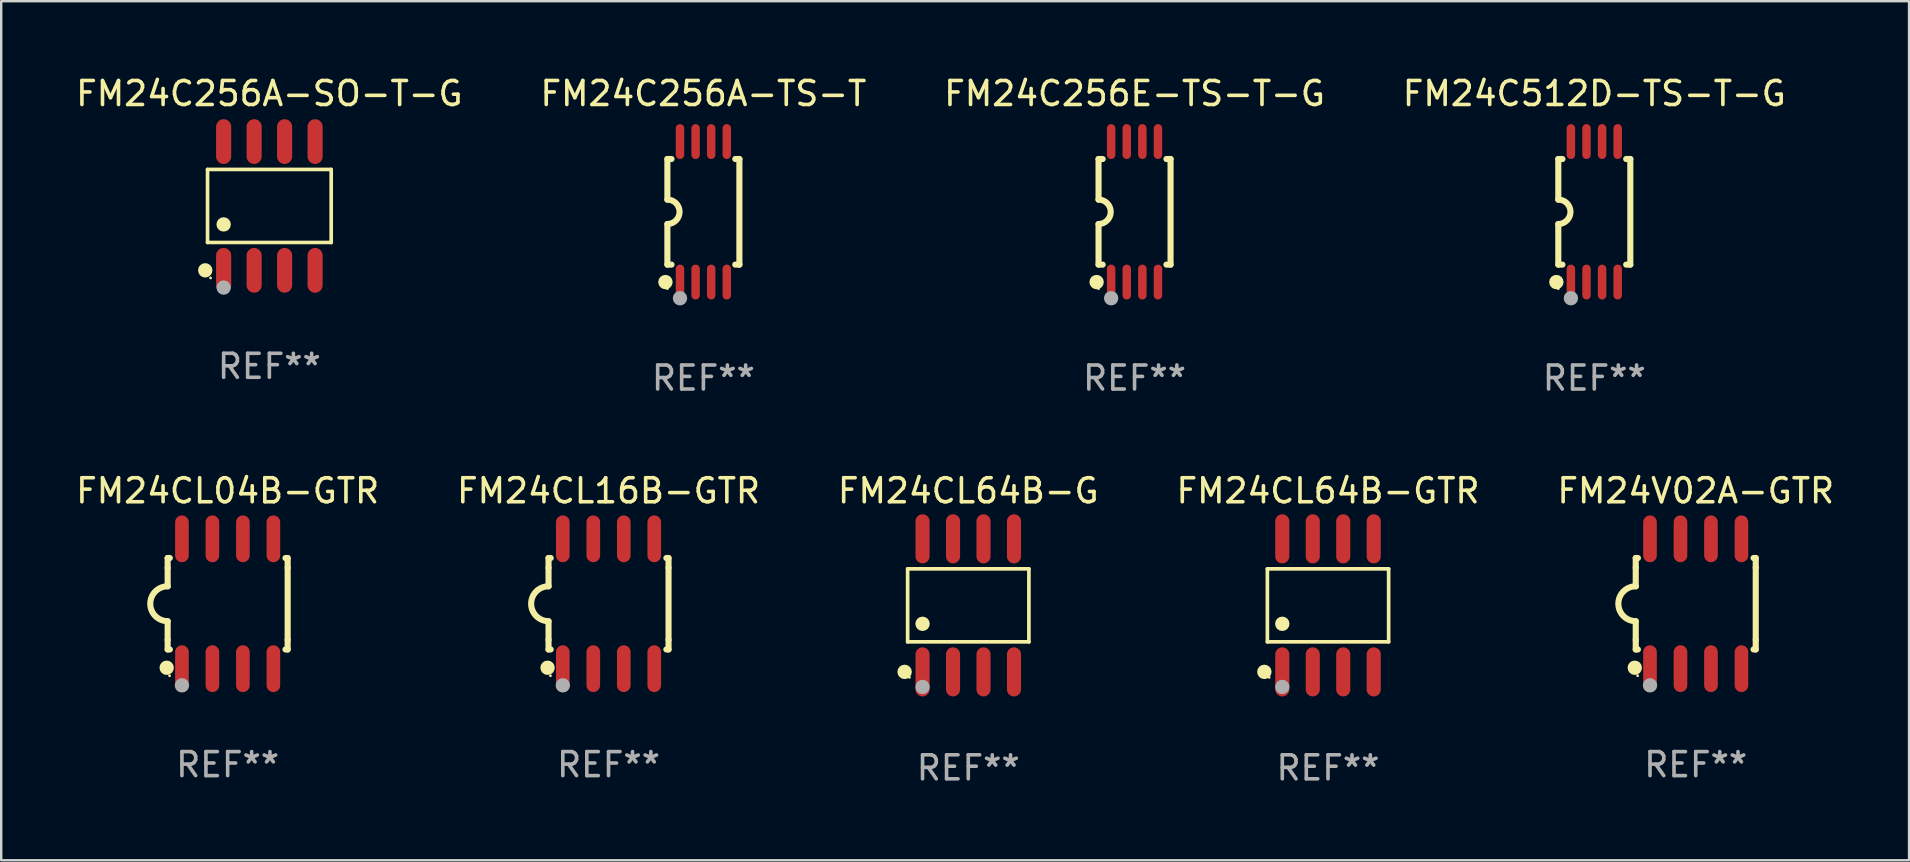
<source format=kicad_pcb>
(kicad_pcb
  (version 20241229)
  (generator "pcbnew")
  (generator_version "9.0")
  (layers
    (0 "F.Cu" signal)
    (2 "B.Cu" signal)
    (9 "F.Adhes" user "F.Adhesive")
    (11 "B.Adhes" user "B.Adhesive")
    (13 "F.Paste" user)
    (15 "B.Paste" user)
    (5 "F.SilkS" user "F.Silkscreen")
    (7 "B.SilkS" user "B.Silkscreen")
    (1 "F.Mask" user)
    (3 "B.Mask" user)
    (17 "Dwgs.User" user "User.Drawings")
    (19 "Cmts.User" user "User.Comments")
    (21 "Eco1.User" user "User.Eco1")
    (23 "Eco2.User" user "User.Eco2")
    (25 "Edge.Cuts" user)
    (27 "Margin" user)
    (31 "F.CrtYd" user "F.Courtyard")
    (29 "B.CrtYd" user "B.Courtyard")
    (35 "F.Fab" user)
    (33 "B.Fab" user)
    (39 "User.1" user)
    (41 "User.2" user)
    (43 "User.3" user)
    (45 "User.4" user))
  (footprint "FM24C512D-TS-T-G"
    (layer "F.Cu")
    (at 63.375 5.775)
    (property "Reference" "FM24C512D-TS-T-G" (at 0 -4.927 0) (layer "F.SilkS") (effects (font (size 1 1) (thickness 0.15))))
    (attr through_hole)
    (fp_line (start -1.5 -2.2) (end -1.5 -0.508) (stroke (width 0.254) (type solid)) (layer "F.SilkS"))
    (fp_line (start -1.5 -2.2) (end -1.328 -2.2) (stroke (width 0.254) (type solid)) (layer "F.SilkS"))
    (fp_line (start -1.5 2.2) (end -1.5 0.508) (stroke (width 0.254) (type solid)) (layer "F.SilkS"))
    (fp_line (start -1.5 2.2) (end -1.328 2.2) (stroke (width 0.254) (type solid)) (layer "F.SilkS"))
    (fp_line (start 1.328 -2.2) (end 1.5 -2.2) (stroke (width 0.254) (type solid)) (layer "F.SilkS"))
    (fp_line (start 1.328 2.2) (end 1.5 2.2) (stroke (width 0.254) (type solid)) (layer "F.SilkS"))
    (fp_line (start 1.5 -2.2) (end 1.5 2.2) (stroke (width 0.254) (type solid)) (layer "F.SilkS"))
    (fp_arc (start -1.501144 -0.508) (mid -0.993143 -0.000571) (end -1.5 0.508001) (stroke (width 0.254001) (type solid)) (layer "F.SilkS"))
    (fp_circle (center -1.581 2.927) (end -1.431 2.927) (stroke (width 0.3) (type solid)) (fill no) (layer "F.SilkS"))
    (fp_circle (center -1.5 3.2) (end -1.47 3.2) (stroke (width 0.06) (type solid)) (fill no) (layer "F.SilkS"))
    (fp_circle (center -0.975 3.6) (end -0.825 3.6) (stroke (width 0.3) (type solid)) (fill no) (layer "F.Fab"))
    (fp_text user "REF**" (at 0 6.927 0) (layer "F.Fab") (effects (font (size 1 1) (thickness 0.15))))
    (pad "1" smd oval (at -0.975 2.927) (size 0.353 1.454) (layers "F.Cu" "F.Mask" "F.Paste"))
    (pad "2" smd oval (at -0.325 2.927) (size 0.353 1.454) (layers "F.Cu" "F.Mask" "F.Paste"))
    (pad "3" smd oval (at 0.325 2.927) (size 0.353 1.454) (layers "F.Cu" "F.Mask" "F.Paste"))
    (pad "4" smd oval (at 0.975 2.927) (size 0.353 1.454) (layers "F.Cu" "F.Mask" "F.Paste"))
    (pad "5" smd oval (at 0.975 -2.927) (size 0.353 1.454) (layers "F.Cu" "F.Mask" "F.Paste"))
    (pad "6" smd oval (at 0.325 -2.927) (size 0.353 1.454) (layers "F.Cu" "F.Mask" "F.Paste"))
    (pad "7" smd oval (at -0.325 -2.927) (size 0.353 1.454) (layers "F.Cu" "F.Mask" "F.Paste"))
    (pad "8" smd oval (at -0.975 -2.927) (size 0.353 1.454) (layers "F.Cu" "F.Mask" "F.Paste")))
  (footprint "FM24CL64B-GTR"
    (layer "F.Cu")
    (at 52.28 22.171)
    (property "Reference" "FM24CL64B-GTR" (at 0 -4.772 0) (layer "F.SilkS") (effects (font (size 1 1) (thickness 0.15))))
    (attr through_hole)
    (fp_line (start -2.526 -1.521) (end 2.526 -1.521) (stroke (width 0.152) (type solid)) (layer "F.SilkS"))
    (fp_line (start -2.526 1.521) (end -2.526 -1.521) (stroke (width 0.152) (type solid)) (layer "F.SilkS"))
    (fp_line (start 2.526 -1.521) (end 2.526 1.521) (stroke (width 0.152) (type solid)) (layer "F.SilkS"))
    (fp_line (start 2.526 1.521) (end -2.526 1.521) (stroke (width 0.152) (type solid)) (layer "F.SilkS"))
    (fp_circle (center -2.652 2.772) (end -2.501 2.772) (stroke (width 0.3) (type solid)) (fill no) (layer "F.SilkS"))
    (fp_circle (center -2.45 3) (end -2.42 3) (stroke (width 0.06) (type solid)) (fill no) (layer "F.SilkS"))
    (fp_circle (center -1.905 0.769) (end -1.755 0.769) (stroke (width 0.3) (type solid)) (fill no) (layer "F.SilkS"))
    (fp_circle (center -1.905 3.4) (end -1.755 3.4) (stroke (width 0.3) (type solid)) (fill no) (layer "F.Fab"))
    (fp_text user "REF**" (at 0 6.772 0) (layer "F.Fab") (effects (font (size 1 1) (thickness 0.15))))
    (pad "1" smd oval (at -1.905 2.772) (size 0.588 2.045) (layers "F.Cu" "F.Mask" "F.Paste"))
    (pad "2" smd oval (at -0.635 2.772) (size 0.588 2.045) (layers "F.Cu" "F.Mask" "F.Paste"))
    (pad "3" smd oval (at 0.635 2.772) (size 0.588 2.045) (layers "F.Cu" "F.Mask" "F.Paste"))
    (pad "4" smd oval (at 1.905 2.772) (size 0.588 2.045) (layers "F.Cu" "F.Mask" "F.Paste"))
    (pad "5" smd oval (at 1.905 -2.772) (size 0.588 2.045) (layers "F.Cu" "F.Mask" "F.Paste"))
    (pad "6" smd oval (at 0.635 -2.772) (size 0.588 2.045) (layers "F.Cu" "F.Mask" "F.Paste"))
    (pad "7" smd oval (at -0.635 -2.772) (size 0.588 2.045) (layers "F.Cu" "F.Mask" "F.Paste"))
    (pad "8" smd oval (at -1.905 -2.772) (size 0.588 2.045) (layers "F.Cu" "F.Mask" "F.Paste")))
  (footprint "FM24CL64B-G"
    (layer "F.Cu")
    (at 37.292 22.171)
    (property "Reference" "FM24CL64B-G" (at 0 -4.772 0) (layer "F.SilkS") (effects (font (size 1 1) (thickness 0.15))))
    (attr through_hole)
    (fp_line (start -2.526 -1.521) (end 2.526 -1.521) (stroke (width 0.152) (type solid)) (layer "F.SilkS"))
    (fp_line (start -2.526 1.521) (end -2.526 -1.521) (stroke (width 0.152) (type solid)) (layer "F.SilkS"))
    (fp_line (start 2.526 -1.521) (end 2.526 1.521) (stroke (width 0.152) (type solid)) (layer "F.SilkS"))
    (fp_line (start 2.526 1.521) (end -2.526 1.521) (stroke (width 0.152) (type solid)) (layer "F.SilkS"))
    (fp_circle (center -2.652 2.772) (end -2.501 2.772) (stroke (width 0.3) (type solid)) (fill no) (layer "F.SilkS"))
    (fp_circle (center -2.45 3) (end -2.42 3) (stroke (width 0.06) (type solid)) (fill no) (layer "F.SilkS"))
    (fp_circle (center -1.905 0.769) (end -1.755 0.769) (stroke (width 0.3) (type solid)) (fill no) (layer "F.SilkS"))
    (fp_circle (center -1.905 3.4) (end -1.755 3.4) (stroke (width 0.3) (type solid)) (fill no) (layer "F.Fab"))
    (fp_text user "REF**" (at 0 6.772 0) (layer "F.Fab") (effects (font (size 1 1) (thickness 0.15))))
    (pad "1" smd oval (at -1.905 2.772) (size 0.588 2.045) (layers "F.Cu" "F.Mask" "F.Paste"))
    (pad "2" smd oval (at -0.635 2.772) (size 0.588 2.045) (layers "F.Cu" "F.Mask" "F.Paste"))
    (pad "3" smd oval (at 0.635 2.772) (size 0.588 2.045) (layers "F.Cu" "F.Mask" "F.Paste"))
    (pad "4" smd oval (at 1.905 2.772) (size 0.588 2.045) (layers "F.Cu" "F.Mask" "F.Paste"))
    (pad "5" smd oval (at 1.905 -2.772) (size 0.588 2.045) (layers "F.Cu" "F.Mask" "F.Paste"))
    (pad "6" smd oval (at 0.635 -2.772) (size 0.588 2.045) (layers "F.Cu" "F.Mask" "F.Paste"))
    (pad "7" smd oval (at -0.635 -2.772) (size 0.588 2.045) (layers "F.Cu" "F.Mask" "F.Paste"))
    (pad "8" smd oval (at -1.905 -2.772) (size 0.588 2.045) (layers "F.Cu" "F.Mask" "F.Paste")))
  (footprint "FM24CL04B-GTR"
    (layer "F.Cu")
    (at 6.435 22.104)
    (property "Reference" "FM24CL04B-GTR" (at 0 -4.705 0) (layer "F.SilkS") (effects (font (size 1 1) (thickness 0.15))))
    (attr through_hole)
    (fp_line (start -2.5 -1.905) (end -2.409 -1.905) (stroke (width 0.254) (type solid)) (layer "F.SilkS"))
    (fp_line (start -2.5 -1.5) (end -2.5 -1.905) (stroke (width 0.254) (type solid)) (layer "F.SilkS"))
    (fp_line (start -2.5 -1.5) (end -2.5 -0.726) (stroke (width 0.254) (type solid)) (layer "F.SilkS"))
    (fp_line (start -2.5 1.5) (end -2.5 0.727) (stroke (width 0.254) (type solid)) (layer "F.SilkS"))
    (fp_line (start -2.5 1.5) (end -2.5 1.905) (stroke (width 0.254) (type solid)) (layer "F.SilkS"))
    (fp_line (start -2.5 1.905) (end -2.409 1.905) (stroke (width 0.254) (type solid)) (layer "F.SilkS"))
    (fp_line (start 2.5 -1.905) (end 2.409 -1.905) (stroke (width 0.254) (type solid)) (layer "F.SilkS"))
    (fp_line (start 2.5 -1.5) (end 2.5 -1.905) (stroke (width 0.254) (type solid)) (layer "F.SilkS"))
    (fp_line (start 2.5 -1.5) (end 2.5 1.5) (stroke (width 0.254) (type solid)) (layer "F.SilkS"))
    (fp_line (start 2.5 1.5) (end 2.5 1.905) (stroke (width 0.254) (type solid)) (layer "F.SilkS"))
    (fp_line (start 2.5 1.905) (end 2.409 1.905) (stroke (width 0.254) (type solid)) (layer "F.SilkS"))
    (fp_arc (start -2.5 0.726568) (mid -3.220316 -0.0023) (end -2.495097 -0.726289) (stroke (width 0.254001) (type solid)) (layer "F.SilkS"))
    (fp_circle (center -2.54 2.667) (end -2.39 2.667) (stroke (width 0.3) (type solid)) (fill no) (layer "F.SilkS"))
    (fp_circle (center -2.42 3) (end -2.39 3) (stroke (width 0.06) (type solid)) (fill no) (layer "F.SilkS"))
    (fp_circle (center -1.905 3.4) (end -1.755 3.4) (stroke (width 0.3) (type solid)) (fill no) (layer "F.Fab"))
    (fp_text user "REF**" (at 0 6.705 0) (layer "F.Fab") (effects (font (size 1 1) (thickness 0.15))))
    (pad "1" smd oval (at -1.905 2.705) (size 0.568 1.95) (layers "F.Cu" "F.Mask" "F.Paste"))
    (pad "2" smd oval (at -0.635 2.705) (size 0.568 1.95) (layers "F.Cu" "F.Mask" "F.Paste"))
    (pad "3" smd oval (at 0.635 2.705) (size 0.568 1.95) (layers "F.Cu" "F.Mask" "F.Paste"))
    (pad "4" smd oval (at 1.905 2.705) (size 0.568 1.95) (layers "F.Cu" "F.Mask" "F.Paste"))
    (pad "5" smd oval (at 1.905 -2.705) (size 0.568 1.95) (layers "F.Cu" "F.Mask" "F.Paste"))
    (pad "6" smd oval (at 0.635 -2.705) (size 0.568 1.95) (layers "F.Cu" "F.Mask" "F.Paste"))
    (pad "7" smd oval (at -0.635 -2.705) (size 0.568 1.95) (layers "F.Cu" "F.Mask" "F.Paste"))
    (pad "8" smd oval (at -1.905 -2.705) (size 0.568 1.95) (layers "F.Cu" "F.Mask" "F.Paste")))
  (footprint "FM24C256A-TS-T"
    (layer "F.Cu")
    (at 26.256 5.775)
    (property "Reference" "FM24C256A-TS-T" (at 0 -4.927 0) (layer "F.SilkS") (effects (font (size 1 1) (thickness 0.15))))
    (attr through_hole)
    (fp_line (start -1.5 -2.2) (end -1.5 -0.508) (stroke (width 0.254) (type solid)) (layer "F.SilkS"))
    (fp_line (start -1.5 -2.2) (end -1.328 -2.2) (stroke (width 0.254) (type solid)) (layer "F.SilkS"))
    (fp_line (start -1.5 2.2) (end -1.5 0.508) (stroke (width 0.254) (type solid)) (layer "F.SilkS"))
    (fp_line (start -1.5 2.2) (end -1.328 2.2) (stroke (width 0.254) (type solid)) (layer "F.SilkS"))
    (fp_line (start 1.328 -2.2) (end 1.5 -2.2) (stroke (width 0.254) (type solid)) (layer "F.SilkS"))
    (fp_line (start 1.328 2.2) (end 1.5 2.2) (stroke (width 0.254) (type solid)) (layer "F.SilkS"))
    (fp_line (start 1.5 -2.2) (end 1.5 2.2) (stroke (width 0.254) (type solid)) (layer "F.SilkS"))
    (fp_arc (start -1.501144 -0.508) (mid -0.993143 -0.000571) (end -1.5 0.508001) (stroke (width 0.254001) (type solid)) (layer "F.SilkS"))
    (fp_circle (center -1.581 2.927) (end -1.431 2.927) (stroke (width 0.3) (type solid)) (fill no) (layer "F.SilkS"))
    (fp_circle (center -1.5 3.2) (end -1.47 3.2) (stroke (width 0.06) (type solid)) (fill no) (layer "F.SilkS"))
    (fp_circle (center -0.975 3.6) (end -0.825 3.6) (stroke (width 0.3) (type solid)) (fill no) (layer "F.Fab"))
    (fp_text user "REF**" (at 0 6.927 0) (layer "F.Fab") (effects (font (size 1 1) (thickness 0.15))))
    (pad "1" smd oval (at -0.975 2.927) (size 0.353 1.454) (layers "F.Cu" "F.Mask" "F.Paste"))
    (pad "2" smd oval (at -0.325 2.927) (size 0.353 1.454) (layers "F.Cu" "F.Mask" "F.Paste"))
    (pad "3" smd oval (at 0.325 2.927) (size 0.353 1.454) (layers "F.Cu" "F.Mask" "F.Paste"))
    (pad "4" smd oval (at 0.975 2.927) (size 0.353 1.454) (layers "F.Cu" "F.Mask" "F.Paste"))
    (pad "5" smd oval (at 0.975 -2.927) (size 0.353 1.454) (layers "F.Cu" "F.Mask" "F.Paste"))
    (pad "6" smd oval (at 0.325 -2.927) (size 0.353 1.454) (layers "F.Cu" "F.Mask" "F.Paste"))
    (pad "7" smd oval (at -0.325 -2.927) (size 0.353 1.454) (layers "F.Cu" "F.Mask" "F.Paste"))
    (pad "8" smd oval (at -0.975 -2.927) (size 0.353 1.454) (layers "F.Cu" "F.Mask" "F.Paste")))
  (footprint "FM24C256E-TS-T-G"
    (layer "F.Cu")
    (at 44.22 5.775)
    (property "Reference" "FM24C256E-TS-T-G" (at 0 -4.927 0) (layer "F.SilkS") (effects (font (size 1 1) (thickness 0.15))))
    (attr through_hole)
    (fp_line (start -1.5 -2.2) (end -1.5 -0.508) (stroke (width 0.254) (type solid)) (layer "F.SilkS"))
    (fp_line (start -1.5 -2.2) (end -1.328 -2.2) (stroke (width 0.254) (type solid)) (layer "F.SilkS"))
    (fp_line (start -1.5 2.2) (end -1.5 0.508) (stroke (width 0.254) (type solid)) (layer "F.SilkS"))
    (fp_line (start -1.5 2.2) (end -1.328 2.2) (stroke (width 0.254) (type solid)) (layer "F.SilkS"))
    (fp_line (start 1.328 -2.2) (end 1.5 -2.2) (stroke (width 0.254) (type solid)) (layer "F.SilkS"))
    (fp_line (start 1.328 2.2) (end 1.5 2.2) (stroke (width 0.254) (type solid)) (layer "F.SilkS"))
    (fp_line (start 1.5 -2.2) (end 1.5 2.2) (stroke (width 0.254) (type solid)) (layer "F.SilkS"))
    (fp_arc (start -1.501144 -0.508) (mid -0.993143 -0.000571) (end -1.5 0.508001) (stroke (width 0.254001) (type solid)) (layer "F.SilkS"))
    (fp_circle (center -1.581 2.927) (end -1.431 2.927) (stroke (width 0.3) (type solid)) (fill no) (layer "F.SilkS"))
    (fp_circle (center -1.5 3.2) (end -1.47 3.2) (stroke (width 0.06) (type solid)) (fill no) (layer "F.SilkS"))
    (fp_circle (center -0.975 3.6) (end -0.825 3.6) (stroke (width 0.3) (type solid)) (fill no) (layer "F.Fab"))
    (fp_text user "REF**" (at 0 6.927 0) (layer "F.Fab") (effects (font (size 1 1) (thickness 0.15))))
    (pad "1" smd oval (at -0.975 2.927) (size 0.353 1.454) (layers "F.Cu" "F.Mask" "F.Paste"))
    (pad "2" smd oval (at -0.325 2.927) (size 0.353 1.454) (layers "F.Cu" "F.Mask" "F.Paste"))
    (pad "3" smd oval (at 0.325 2.927) (size 0.353 1.454) (layers "F.Cu" "F.Mask" "F.Paste"))
    (pad "4" smd oval (at 0.975 2.927) (size 0.353 1.454) (layers "F.Cu" "F.Mask" "F.Paste"))
    (pad "5" smd oval (at 0.975 -2.927) (size 0.353 1.454) (layers "F.Cu" "F.Mask" "F.Paste"))
    (pad "6" smd oval (at 0.325 -2.927) (size 0.353 1.454) (layers "F.Cu" "F.Mask" "F.Paste"))
    (pad "7" smd oval (at -0.325 -2.927) (size 0.353 1.454) (layers "F.Cu" "F.Mask" "F.Paste"))
    (pad "8" smd oval (at -0.975 -2.927) (size 0.353 1.454) (layers "F.Cu" "F.Mask" "F.Paste")))
  (footprint "FM24C256A-SO-T-G"
    (layer "F.Cu")
    (at 8.173 5.531)
    (property "Reference" "FM24C256A-SO-T-G" (at 0 -4.682 0) (layer "F.SilkS") (effects (font (size 1 1) (thickness 0.15))))
    (attr through_hole)
    (fp_line (start -2.576 -1.521) (end 2.576 -1.521) (stroke (width 0.152) (type solid)) (layer "F.SilkS"))
    (fp_line (start -2.576 1.521) (end -2.576 -1.521) (stroke (width 0.152) (type solid)) (layer "F.SilkS"))
    (fp_line (start 2.576 -1.521) (end 2.576 1.521) (stroke (width 0.152) (type solid)) (layer "F.SilkS"))
    (fp_line (start 2.576 1.521) (end -2.576 1.521) (stroke (width 0.152) (type solid)) (layer "F.SilkS"))
    (fp_circle (center -2.672 2.682) (end -2.522 2.682) (stroke (width 0.3) (type solid)) (fill no) (layer "F.SilkS"))
    (fp_circle (center -2.45 3) (end -2.42 3) (stroke (width 0.06) (type solid)) (fill no) (layer "F.SilkS"))
    (fp_circle (center -1.905 0.769) (end -1.755 0.769) (stroke (width 0.3) (type solid)) (fill no) (layer "F.SilkS"))
    (fp_circle (center -1.905 3.4) (end -1.755 3.4) (stroke (width 0.3) (type solid)) (fill no) (layer "F.Fab"))
    (fp_text user "REF**" (at 0 6.682 0) (layer "F.Fab") (effects (font (size 1 1) (thickness 0.15))))
    (pad "1" smd oval (at -1.905 2.682) (size 0.63 1.865) (layers "F.Cu" "F.Mask" "F.Paste"))
    (pad "2" smd oval (at -0.635 2.682) (size 0.63 1.865) (layers "F.Cu" "F.Mask" "F.Paste"))
    (pad "3" smd oval (at 0.635 2.682) (size 0.63 1.865) (layers "F.Cu" "F.Mask" "F.Paste"))
    (pad "4" smd oval (at 1.905 2.682) (size 0.63 1.865) (layers "F.Cu" "F.Mask" "F.Paste"))
    (pad "5" smd oval (at 1.905 -2.682) (size 0.63 1.865) (layers "F.Cu" "F.Mask" "F.Paste"))
    (pad "6" smd oval (at 0.635 -2.682) (size 0.63 1.865) (layers "F.Cu" "F.Mask" "F.Paste"))
    (pad "7" smd oval (at -0.635 -2.682) (size 0.63 1.865) (layers "F.Cu" "F.Mask" "F.Paste"))
    (pad "8" smd oval (at -1.905 -2.682) (size 0.63 1.865) (layers "F.Cu" "F.Mask" "F.Paste")))
  (footprint "FM24V02A-GTR"
    (layer "F.Cu")
    (at 67.601 22.104)
    (property "Reference" "FM24V02A-GTR" (at 0 -4.705 0) (layer "F.SilkS") (effects (font (size 1 1) (thickness 0.15))))
    (attr through_hole)
    (fp_line (start -2.5 -1.905) (end -2.409 -1.905) (stroke (width 0.254) (type solid)) (layer "F.SilkS"))
    (fp_line (start -2.5 -1.5) (end -2.5 -1.905) (stroke (width 0.254) (type solid)) (layer "F.SilkS"))
    (fp_line (start -2.5 -1.5) (end -2.5 -0.726) (stroke (width 0.254) (type solid)) (layer "F.SilkS"))
    (fp_line (start -2.5 1.5) (end -2.5 0.727) (stroke (width 0.254) (type solid)) (layer "F.SilkS"))
    (fp_line (start -2.5 1.5) (end -2.5 1.905) (stroke (width 0.254) (type solid)) (layer "F.SilkS"))
    (fp_line (start -2.5 1.905) (end -2.409 1.905) (stroke (width 0.254) (type solid)) (layer "F.SilkS"))
    (fp_line (start 2.5 -1.905) (end 2.409 -1.905) (stroke (width 0.254) (type solid)) (layer "F.SilkS"))
    (fp_line (start 2.5 -1.5) (end 2.5 -1.905) (stroke (width 0.254) (type solid)) (layer "F.SilkS"))
    (fp_line (start 2.5 -1.5) (end 2.5 1.5) (stroke (width 0.254) (type solid)) (layer "F.SilkS"))
    (fp_line (start 2.5 1.5) (end 2.5 1.905) (stroke (width 0.254) (type solid)) (layer "F.SilkS"))
    (fp_line (start 2.5 1.905) (end 2.409 1.905) (stroke (width 0.254) (type solid)) (layer "F.SilkS"))
    (fp_arc (start -2.5 0.726568) (mid -3.220316 -0.0023) (end -2.495097 -0.726289) (stroke (width 0.254001) (type solid)) (layer "F.SilkS"))
    (fp_circle (center -2.54 2.667) (end -2.39 2.667) (stroke (width 0.3) (type solid)) (fill no) (layer "F.SilkS"))
    (fp_circle (center -2.42 3) (end -2.39 3) (stroke (width 0.06) (type solid)) (fill no) (layer "F.SilkS"))
    (fp_circle (center -1.905 3.4) (end -1.755 3.4) (stroke (width 0.3) (type solid)) (fill no) (layer "F.Fab"))
    (fp_text user "REF**" (at 0 6.705 0) (layer "F.Fab") (effects (font (size 1 1) (thickness 0.15))))
    (pad "1" smd oval (at -1.905 2.705) (size 0.568 1.95) (layers "F.Cu" "F.Mask" "F.Paste"))
    (pad "2" smd oval (at -0.635 2.705) (size 0.568 1.95) (layers "F.Cu" "F.Mask" "F.Paste"))
    (pad "3" smd oval (at 0.635 2.705) (size 0.568 1.95) (layers "F.Cu" "F.Mask" "F.Paste"))
    (pad "4" smd oval (at 1.905 2.705) (size 0.568 1.95) (layers "F.Cu" "F.Mask" "F.Paste"))
    (pad "5" smd oval (at 1.905 -2.705) (size 0.568 1.95) (layers "F.Cu" "F.Mask" "F.Paste"))
    (pad "6" smd oval (at 0.635 -2.705) (size 0.568 1.95) (layers "F.Cu" "F.Mask" "F.Paste"))
    (pad "7" smd oval (at -0.635 -2.705) (size 0.568 1.95) (layers "F.Cu" "F.Mask" "F.Paste"))
    (pad "8" smd oval (at -1.905 -2.705) (size 0.568 1.95) (layers "F.Cu" "F.Mask" "F.Paste")))
  (footprint "FM24CL16B-GTR"
    (layer "F.Cu")
    (at 22.304 22.104)
    (property "Reference" "FM24CL16B-GTR" (at 0 -4.705 0) (layer "F.SilkS") (effects (font (size 1 1) (thickness 0.15))))
    (attr through_hole)
    (fp_line (start -2.5 -1.905) (end -2.409 -1.905) (stroke (width 0.254) (type solid)) (layer "F.SilkS"))
    (fp_line (start -2.5 -1.5) (end -2.5 -1.905) (stroke (width 0.254) (type solid)) (layer "F.SilkS"))
    (fp_line (start -2.5 -1.5) (end -2.5 -0.726) (stroke (width 0.254) (type solid)) (layer "F.SilkS"))
    (fp_line (start -2.5 1.5) (end -2.5 0.727) (stroke (width 0.254) (type solid)) (layer "F.SilkS"))
    (fp_line (start -2.5 1.5) (end -2.5 1.905) (stroke (width 0.254) (type solid)) (layer "F.SilkS"))
    (fp_line (start -2.5 1.905) (end -2.409 1.905) (stroke (width 0.254) (type solid)) (layer "F.SilkS"))
    (fp_line (start 2.5 -1.905) (end 2.409 -1.905) (stroke (width 0.254) (type solid)) (layer "F.SilkS"))
    (fp_line (start 2.5 -1.5) (end 2.5 -1.905) (stroke (width 0.254) (type solid)) (layer "F.SilkS"))
    (fp_line (start 2.5 -1.5) (end 2.5 1.5) (stroke (width 0.254) (type solid)) (layer "F.SilkS"))
    (fp_line (start 2.5 1.5) (end 2.5 1.905) (stroke (width 0.254) (type solid)) (layer "F.SilkS"))
    (fp_line (start 2.5 1.905) (end 2.409 1.905) (stroke (width 0.254) (type solid)) (layer "F.SilkS"))
    (fp_arc (start -2.5 0.726568) (mid -3.220316 -0.0023) (end -2.495097 -0.726289) (stroke (width 0.254001) (type solid)) (layer "F.SilkS"))
    (fp_circle (center -2.54 2.667) (end -2.39 2.667) (stroke (width 0.3) (type solid)) (fill no) (layer "F.SilkS"))
    (fp_circle (center -2.42 3) (end -2.39 3) (stroke (width 0.06) (type solid)) (fill no) (layer "F.SilkS"))
    (fp_circle (center -1.905 3.4) (end -1.755 3.4) (stroke (width 0.3) (type solid)) (fill no) (layer "F.Fab"))
    (fp_text user "REF**" (at 0 6.705 0) (layer "F.Fab") (effects (font (size 1 1) (thickness 0.15))))
    (pad "1" smd oval (at -1.905 2.705) (size 0.568 1.95) (layers "F.Cu" "F.Mask" "F.Paste"))
    (pad "2" smd oval (at -0.635 2.705) (size 0.568 1.95) (layers "F.Cu" "F.Mask" "F.Paste"))
    (pad "3" smd oval (at 0.635 2.705) (size 0.568 1.95) (layers "F.Cu" "F.Mask" "F.Paste"))
    (pad "4" smd oval (at 1.905 2.705) (size 0.568 1.95) (layers "F.Cu" "F.Mask" "F.Paste"))
    (pad "5" smd oval (at 1.905 -2.705) (size 0.568 1.95) (layers "F.Cu" "F.Mask" "F.Paste"))
    (pad "6" smd oval (at 0.635 -2.705) (size 0.568 1.95) (layers "F.Cu" "F.Mask" "F.Paste"))
    (pad "7" smd oval (at -0.635 -2.705) (size 0.568 1.95) (layers "F.Cu" "F.Mask" "F.Paste"))
    (pad "8" smd oval (at -1.905 -2.705) (size 0.568 1.95) (layers "F.Cu" "F.Mask" "F.Paste")))
  (gr_rect
    (start -3 -3)
    (end 76.488 32.792)
    (stroke (width 0.1) (type default))
    (fill no)
    (layer "Edge.Cuts")))
</source>
